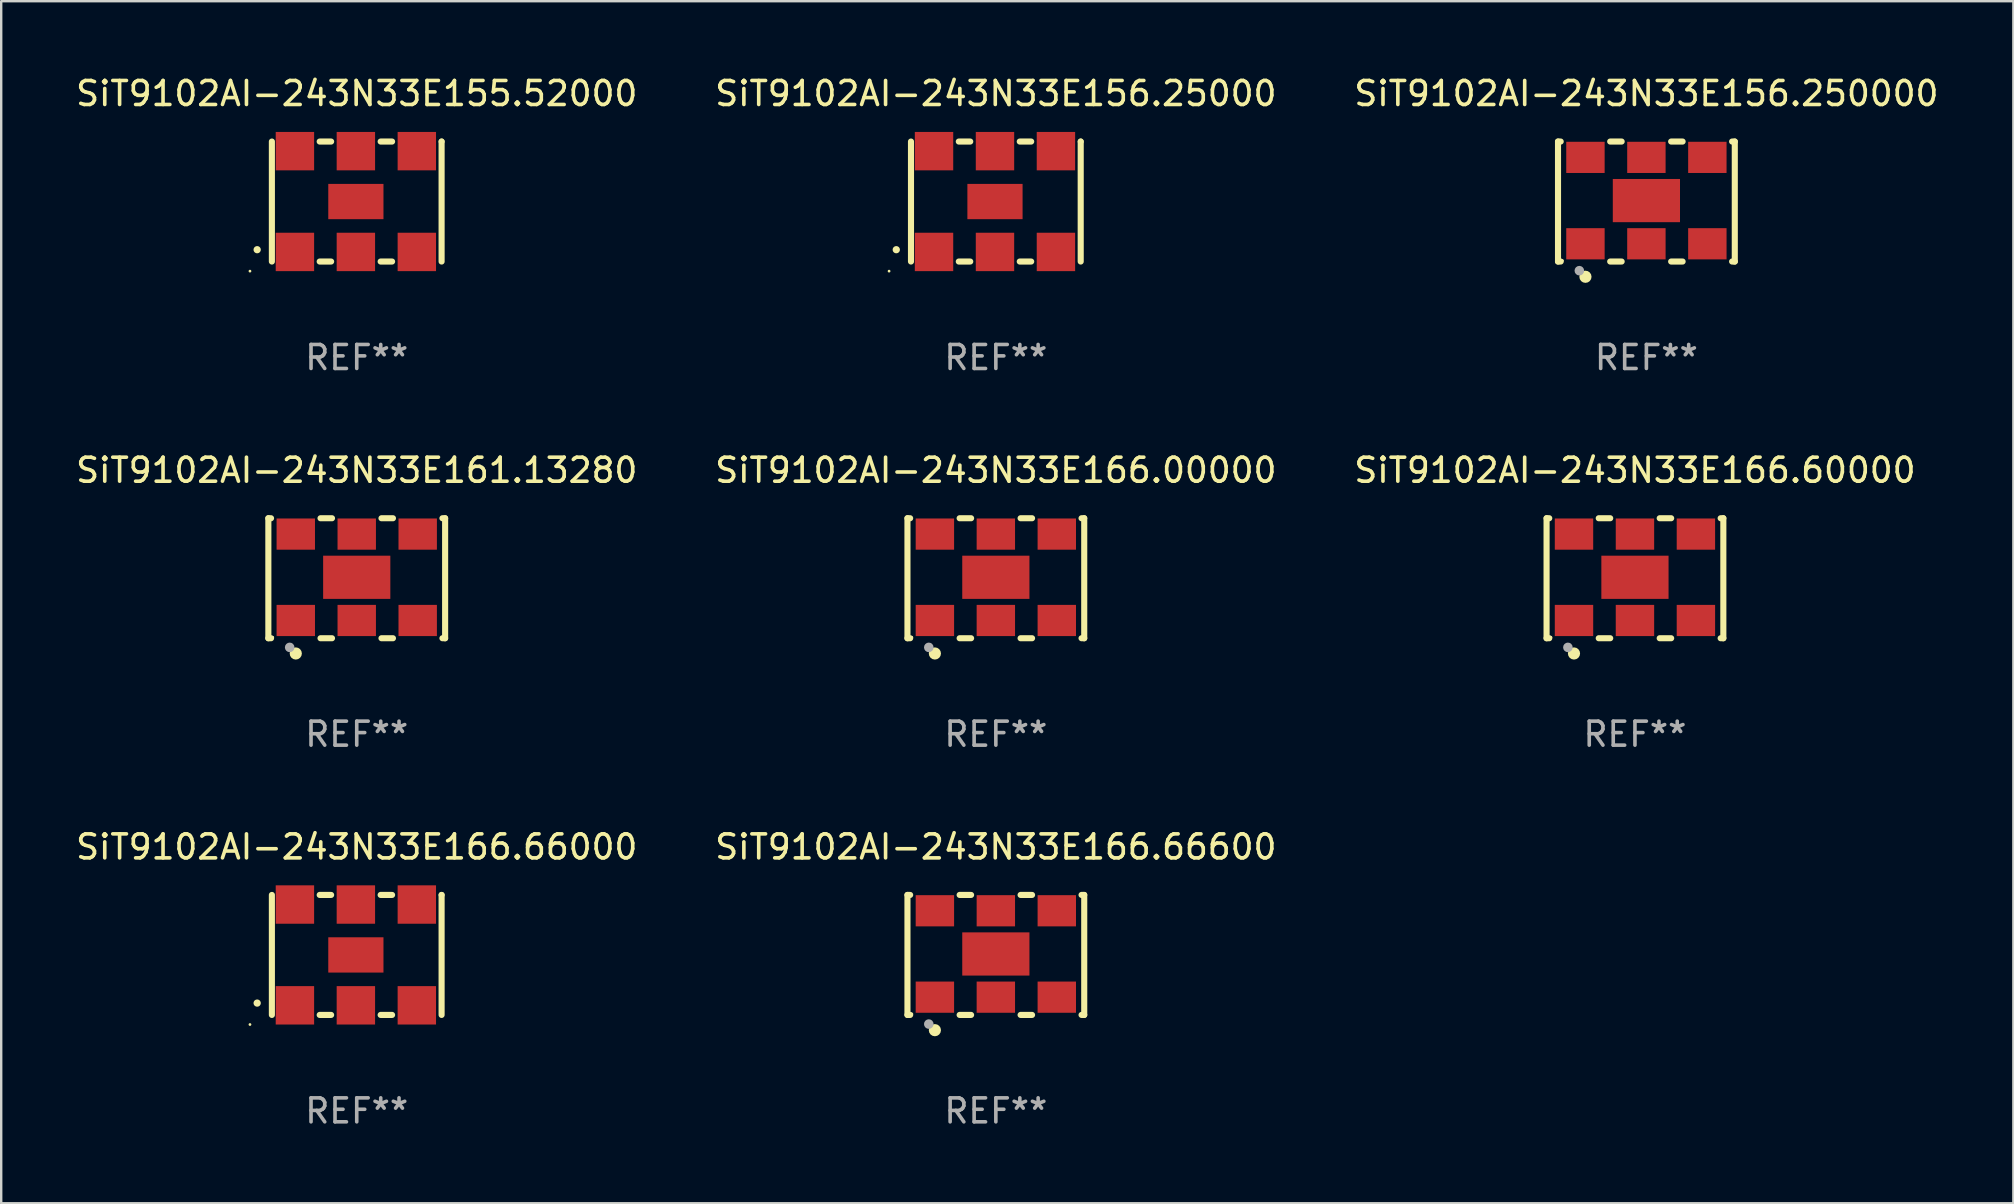
<source format=kicad_pcb>
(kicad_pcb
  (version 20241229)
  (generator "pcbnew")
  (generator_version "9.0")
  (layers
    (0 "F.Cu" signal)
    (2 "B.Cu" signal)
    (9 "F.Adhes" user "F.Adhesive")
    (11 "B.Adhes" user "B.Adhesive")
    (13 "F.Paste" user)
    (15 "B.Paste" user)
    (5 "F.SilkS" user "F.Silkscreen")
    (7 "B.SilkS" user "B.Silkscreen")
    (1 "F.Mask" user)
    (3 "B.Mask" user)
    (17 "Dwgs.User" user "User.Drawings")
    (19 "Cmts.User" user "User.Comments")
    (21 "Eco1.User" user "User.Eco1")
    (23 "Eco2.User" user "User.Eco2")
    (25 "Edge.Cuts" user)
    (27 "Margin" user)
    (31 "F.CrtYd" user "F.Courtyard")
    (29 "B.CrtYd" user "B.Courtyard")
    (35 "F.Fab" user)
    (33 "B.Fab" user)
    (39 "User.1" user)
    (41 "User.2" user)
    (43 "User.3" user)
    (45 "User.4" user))
  (footprint "SiT9102AI-243N33E166.66000"
    (layer "F.Cu")
    (at 11.815 36.741)
    (property "Reference" "SiT9102AI-243N33E166.66000" (at 0 -4.5 0) (layer "F.SilkS") (effects (font (size 1 1) (thickness 0.15))))
    (attr through_hole)
    (fp_line (start -3.536 -2.5) (end -3.536 2.5) (stroke (width 0.254) (type solid)) (layer "F.SilkS"))
    (fp_line (start -1.544 2.5) (end -1.067 2.5) (stroke (width 0.254) (type solid)) (layer "F.SilkS"))
    (fp_line (start -1.067 -2.5) (end -1.544 -2.5) (stroke (width 0.254) (type solid)) (layer "F.SilkS"))
    (fp_line (start 0.996 2.5) (end 1.473 2.5) (stroke (width 0.254) (type solid)) (layer "F.SilkS"))
    (fp_line (start 1.473 -2.5) (end 0.996 -2.5) (stroke (width 0.254) (type solid)) (layer "F.SilkS"))
    (fp_line (start 3.536 -2.5) (end 3.536 -2.5) (stroke (width 0.254) (type solid)) (layer "F.SilkS"))
    (fp_line (start 3.536 2.5) (end 3.536 -2.5) (stroke (width 0.254) (type solid)) (layer "F.SilkS"))
    (fp_arc (start -4.150432 2.006604) (mid -4.149162 2.006599) (end -4.147892 2.006604) (stroke (width 0.3) (type solid)) (layer "F.SilkS"))
    (fp_circle (center -4.449 2.9) (end -4.419 2.9) (stroke (width 0.06) (type solid)) (fill no) (layer "F.SilkS"))
    (fp_text user "REF**" (at 0 6.5 0) (layer "F.Fab") (effects (font (size 1 1) (thickness 0.15))))
    (pad "1" smd rect (at -2.576 2.1) (size 1.6 1.6) (layers "F.Cu" "F.Mask" "F.Paste"))
    (pad "2" smd rect (at -0.036 2.1) (size 1.6 1.6) (layers "F.Cu" "F.Mask" "F.Paste"))
    (pad "3" smd rect (at 2.504 2.1) (size 1.6 1.6) (layers "F.Cu" "F.Mask" "F.Paste"))
    (pad "4" smd rect (at 2.504 -2.1) (size 1.6 1.6) (layers "F.Cu" "F.Mask" "F.Paste"))
    (pad "5" smd rect (at -0.036 -2.1) (size 1.6 1.6) (layers "F.Cu" "F.Mask" "F.Paste"))
    (pad "6" smd rect (at -2.576 -2.1) (size 1.6 1.6) (layers "F.Cu" "F.Mask" "F.Paste"))
    (pad "7" smd rect (at -0.036 0) (size 2.3 1.47) (layers "F.Cu" "F.Mask" "F.Paste")))
  (footprint "SiT9102AI-243N33E155.52000"
    (layer "F.Cu")
    (at 11.815 5.348)
    (property "Reference" "SiT9102AI-243N33E155.52000" (at 0 -4.5 0) (layer "F.SilkS") (effects (font (size 1 1) (thickness 0.15))))
    (attr through_hole)
    (fp_line (start -3.536 -2.5) (end -3.536 2.5) (stroke (width 0.254) (type solid)) (layer "F.SilkS"))
    (fp_line (start -1.544 2.5) (end -1.067 2.5) (stroke (width 0.254) (type solid)) (layer "F.SilkS"))
    (fp_line (start -1.067 -2.5) (end -1.544 -2.5) (stroke (width 0.254) (type solid)) (layer "F.SilkS"))
    (fp_line (start 0.996 2.5) (end 1.473 2.5) (stroke (width 0.254) (type solid)) (layer "F.SilkS"))
    (fp_line (start 1.473 -2.5) (end 0.996 -2.5) (stroke (width 0.254) (type solid)) (layer "F.SilkS"))
    (fp_line (start 3.536 -2.5) (end 3.536 -2.5) (stroke (width 0.254) (type solid)) (layer "F.SilkS"))
    (fp_line (start 3.536 2.5) (end 3.536 -2.5) (stroke (width 0.254) (type solid)) (layer "F.SilkS"))
    (fp_arc (start -4.150432 2.006604) (mid -4.149162 2.006599) (end -4.147892 2.006604) (stroke (width 0.3) (type solid)) (layer "F.SilkS"))
    (fp_circle (center -4.449 2.9) (end -4.419 2.9) (stroke (width 0.06) (type solid)) (fill no) (layer "F.SilkS"))
    (fp_text user "REF**" (at 0 6.5 0) (layer "F.Fab") (effects (font (size 1 1) (thickness 0.15))))
    (pad "1" smd rect (at -2.576 2.1) (size 1.6 1.6) (layers "F.Cu" "F.Mask" "F.Paste"))
    (pad "2" smd rect (at -0.036 2.1) (size 1.6 1.6) (layers "F.Cu" "F.Mask" "F.Paste"))
    (pad "3" smd rect (at 2.504 2.1) (size 1.6 1.6) (layers "F.Cu" "F.Mask" "F.Paste"))
    (pad "4" smd rect (at 2.504 -2.1) (size 1.6 1.6) (layers "F.Cu" "F.Mask" "F.Paste"))
    (pad "5" smd rect (at -0.036 -2.1) (size 1.6 1.6) (layers "F.Cu" "F.Mask" "F.Paste"))
    (pad "6" smd rect (at -2.576 -2.1) (size 1.6 1.6) (layers "F.Cu" "F.Mask" "F.Paste"))
    (pad "7" smd rect (at -0.036 0) (size 2.3 1.47) (layers "F.Cu" "F.Mask" "F.Paste")))
  (footprint "SiT9102AI-243N33E166.00000"
    (layer "F.Cu")
    (at 38.446 21.045)
    (property "Reference" "SiT9102AI-243N33E166.00000" (at 0 -4.5 0) (layer "F.SilkS") (effects (font (size 1 1) (thickness 0.15))))
    (attr through_hole)
    (fp_line (start -3.683 -2.5) (end -3.571 -2.5) (stroke (width 0.254) (type solid)) (layer "F.SilkS"))
    (fp_line (start -3.683 2.5) (end -3.683 -2.5) (stroke (width 0.254) (type solid)) (layer "F.SilkS"))
    (fp_line (start -3.683 2.5) (end -3.571 2.5) (stroke (width 0.254) (type solid)) (layer "F.SilkS"))
    (fp_line (start -1.509 -2.5) (end -1.031 -2.5) (stroke (width 0.254) (type solid)) (layer "F.SilkS"))
    (fp_line (start -1.509 2.5) (end -1.031 2.5) (stroke (width 0.254) (type solid)) (layer "F.SilkS"))
    (fp_line (start 1.031 -2.5) (end 1.509 -2.5) (stroke (width 0.254) (type solid)) (layer "F.SilkS"))
    (fp_line (start 1.031 2.5) (end 1.509 2.5) (stroke (width 0.254) (type solid)) (layer "F.SilkS"))
    (fp_line (start 3.571 -2.5) (end 3.683 -2.5) (stroke (width 0.254) (type solid)) (layer "F.SilkS"))
    (fp_line (start 3.571 2.5) (end 3.683 2.5) (stroke (width 0.254) (type solid)) (layer "F.SilkS"))
    (fp_line (start 3.683 2.5) (end 3.683 -2.5) (stroke (width 0.254) (type solid)) (layer "F.SilkS"))
    (fp_circle (center -3.5 2.46) (end -3.47 2.46) (stroke (width 0.06) (type solid)) (fill no) (layer "F.SilkS"))
    (fp_circle (center -2.54 3.135) (end -2.413 3.135) (stroke (width 0.254) (type solid)) (fill no) (layer "F.SilkS"))
    (fp_circle (center -2.794 2.881) (end -2.694 2.881) (stroke (width 0.2) (type solid)) (fill no) (layer "F.Fab"))
    (fp_text user "REF**" (at 0 6.5 0) (layer "F.Fab") (effects (font (size 1 1) (thickness 0.15))))
    (pad "1" smd rect (at -2.54 1.76) (size 1.6 1.3) (layers "F.Cu" "F.Mask" "F.Paste"))
    (pad "2" smd rect (at 0 1.76) (size 1.6 1.3) (layers "F.Cu" "F.Mask" "F.Paste"))
    (pad "3" smd rect (at 2.54 1.76) (size 1.6 1.3) (layers "F.Cu" "F.Mask" "F.Paste"))
    (pad "4" smd rect (at 2.54 -1.84) (size 1.6 1.3) (layers "F.Cu" "F.Mask" "F.Paste"))
    (pad "5" smd rect (at 0 -1.84) (size 1.6 1.3) (layers "F.Cu" "F.Mask" "F.Paste"))
    (pad "6" smd rect (at -2.54 -1.84) (size 1.6 1.3) (layers "F.Cu" "F.Mask" "F.Paste"))
    (pad "7" smd rect (at 0 -0.04) (size 2.8 1.8) (layers "F.Cu" "F.Mask" "F.Paste")))
  (footprint "SiT9102AI-243N33E156.25000"
    (layer "F.Cu")
    (at 38.446 5.348)
    (property "Reference" "SiT9102AI-243N33E156.25000" (at 0 -4.5 0) (layer "F.SilkS") (effects (font (size 1 1) (thickness 0.15))))
    (attr through_hole)
    (fp_line (start -3.536 -2.5) (end -3.536 2.5) (stroke (width 0.254) (type solid)) (layer "F.SilkS"))
    (fp_line (start -1.544 2.5) (end -1.067 2.5) (stroke (width 0.254) (type solid)) (layer "F.SilkS"))
    (fp_line (start -1.067 -2.5) (end -1.544 -2.5) (stroke (width 0.254) (type solid)) (layer "F.SilkS"))
    (fp_line (start 0.996 2.5) (end 1.473 2.5) (stroke (width 0.254) (type solid)) (layer "F.SilkS"))
    (fp_line (start 1.473 -2.5) (end 0.996 -2.5) (stroke (width 0.254) (type solid)) (layer "F.SilkS"))
    (fp_line (start 3.536 -2.5) (end 3.536 -2.5) (stroke (width 0.254) (type solid)) (layer "F.SilkS"))
    (fp_line (start 3.536 2.5) (end 3.536 -2.5) (stroke (width 0.254) (type solid)) (layer "F.SilkS"))
    (fp_arc (start -4.150432 2.006604) (mid -4.149162 2.006599) (end -4.147892 2.006604) (stroke (width 0.3) (type solid)) (layer "F.SilkS"))
    (fp_circle (center -4.449 2.9) (end -4.419 2.9) (stroke (width 0.06) (type solid)) (fill no) (layer "F.SilkS"))
    (fp_text user "REF**" (at 0 6.5 0) (layer "F.Fab") (effects (font (size 1 1) (thickness 0.15))))
    (pad "1" smd rect (at -2.576 2.1) (size 1.6 1.6) (layers "F.Cu" "F.Mask" "F.Paste"))
    (pad "2" smd rect (at -0.036 2.1) (size 1.6 1.6) (layers "F.Cu" "F.Mask" "F.Paste"))
    (pad "3" smd rect (at 2.504 2.1) (size 1.6 1.6) (layers "F.Cu" "F.Mask" "F.Paste"))
    (pad "4" smd rect (at 2.504 -2.1) (size 1.6 1.6) (layers "F.Cu" "F.Mask" "F.Paste"))
    (pad "5" smd rect (at -0.036 -2.1) (size 1.6 1.6) (layers "F.Cu" "F.Mask" "F.Paste"))
    (pad "6" smd rect (at -2.576 -2.1) (size 1.6 1.6) (layers "F.Cu" "F.Mask" "F.Paste"))
    (pad "7" smd rect (at -0.036 0) (size 2.3 1.47) (layers "F.Cu" "F.Mask" "F.Paste")))
  (footprint "SiT9102AI-243N33E161.13280"
    (layer "F.Cu")
    (at 11.815 21.045)
    (property "Reference" "SiT9102AI-243N33E161.13280" (at 0 -4.5 0) (layer "F.SilkS") (effects (font (size 1 1) (thickness 0.15))))
    (attr through_hole)
    (fp_line (start -3.683 -2.5) (end -3.571 -2.5) (stroke (width 0.254) (type solid)) (layer "F.SilkS"))
    (fp_line (start -3.683 2.5) (end -3.683 -2.5) (stroke (width 0.254) (type solid)) (layer "F.SilkS"))
    (fp_line (start -3.683 2.5) (end -3.571 2.5) (stroke (width 0.254) (type solid)) (layer "F.SilkS"))
    (fp_line (start -1.509 -2.5) (end -1.031 -2.5) (stroke (width 0.254) (type solid)) (layer "F.SilkS"))
    (fp_line (start -1.509 2.5) (end -1.031 2.5) (stroke (width 0.254) (type solid)) (layer "F.SilkS"))
    (fp_line (start 1.031 -2.5) (end 1.509 -2.5) (stroke (width 0.254) (type solid)) (layer "F.SilkS"))
    (fp_line (start 1.031 2.5) (end 1.509 2.5) (stroke (width 0.254) (type solid)) (layer "F.SilkS"))
    (fp_line (start 3.571 -2.5) (end 3.683 -2.5) (stroke (width 0.254) (type solid)) (layer "F.SilkS"))
    (fp_line (start 3.571 2.5) (end 3.683 2.5) (stroke (width 0.254) (type solid)) (layer "F.SilkS"))
    (fp_line (start 3.683 2.5) (end 3.683 -2.5) (stroke (width 0.254) (type solid)) (layer "F.SilkS"))
    (fp_circle (center -3.5 2.46) (end -3.47 2.46) (stroke (width 0.06) (type solid)) (fill no) (layer "F.SilkS"))
    (fp_circle (center -2.54 3.135) (end -2.413 3.135) (stroke (width 0.254) (type solid)) (fill no) (layer "F.SilkS"))
    (fp_circle (center -2.794 2.881) (end -2.694 2.881) (stroke (width 0.2) (type solid)) (fill no) (layer "F.Fab"))
    (fp_text user "REF**" (at 0 6.5 0) (layer "F.Fab") (effects (font (size 1 1) (thickness 0.15))))
    (pad "1" smd rect (at -2.54 1.76) (size 1.6 1.3) (layers "F.Cu" "F.Mask" "F.Paste"))
    (pad "2" smd rect (at 0 1.76) (size 1.6 1.3) (layers "F.Cu" "F.Mask" "F.Paste"))
    (pad "3" smd rect (at 2.54 1.76) (size 1.6 1.3) (layers "F.Cu" "F.Mask" "F.Paste"))
    (pad "4" smd rect (at 2.54 -1.84) (size 1.6 1.3) (layers "F.Cu" "F.Mask" "F.Paste"))
    (pad "5" smd rect (at 0 -1.84) (size 1.6 1.3) (layers "F.Cu" "F.Mask" "F.Paste"))
    (pad "6" smd rect (at -2.54 -1.84) (size 1.6 1.3) (layers "F.Cu" "F.Mask" "F.Paste"))
    (pad "7" smd rect (at 0 -0.04) (size 2.8 1.8) (layers "F.Cu" "F.Mask" "F.Paste")))
  (footprint "SiT9102AI-243N33E166.60000"
    (layer "F.Cu")
    (at 65.077 21.045)
    (property "Reference" "SiT9102AI-243N33E166.60000" (at 0 -4.5 0) (layer "F.SilkS") (effects (font (size 1 1) (thickness 0.15))))
    (attr through_hole)
    (fp_line (start -3.683 -2.5) (end -3.571 -2.5) (stroke (width 0.254) (type solid)) (layer "F.SilkS"))
    (fp_line (start -3.683 2.5) (end -3.683 -2.5) (stroke (width 0.254) (type solid)) (layer "F.SilkS"))
    (fp_line (start -3.683 2.5) (end -3.571 2.5) (stroke (width 0.254) (type solid)) (layer "F.SilkS"))
    (fp_line (start -1.509 -2.5) (end -1.031 -2.5) (stroke (width 0.254) (type solid)) (layer "F.SilkS"))
    (fp_line (start -1.509 2.5) (end -1.031 2.5) (stroke (width 0.254) (type solid)) (layer "F.SilkS"))
    (fp_line (start 1.031 -2.5) (end 1.509 -2.5) (stroke (width 0.254) (type solid)) (layer "F.SilkS"))
    (fp_line (start 1.031 2.5) (end 1.509 2.5) (stroke (width 0.254) (type solid)) (layer "F.SilkS"))
    (fp_line (start 3.571 -2.5) (end 3.683 -2.5) (stroke (width 0.254) (type solid)) (layer "F.SilkS"))
    (fp_line (start 3.571 2.5) (end 3.683 2.5) (stroke (width 0.254) (type solid)) (layer "F.SilkS"))
    (fp_line (start 3.683 2.5) (end 3.683 -2.5) (stroke (width 0.254) (type solid)) (layer "F.SilkS"))
    (fp_circle (center -3.5 2.46) (end -3.47 2.46) (stroke (width 0.06) (type solid)) (fill no) (layer "F.SilkS"))
    (fp_circle (center -2.54 3.135) (end -2.413 3.135) (stroke (width 0.254) (type solid)) (fill no) (layer "F.SilkS"))
    (fp_circle (center -2.794 2.881) (end -2.694 2.881) (stroke (width 0.2) (type solid)) (fill no) (layer "F.Fab"))
    (fp_text user "REF**" (at 0 6.5 0) (layer "F.Fab") (effects (font (size 1 1) (thickness 0.15))))
    (pad "1" smd rect (at -2.54 1.76) (size 1.6 1.3) (layers "F.Cu" "F.Mask" "F.Paste"))
    (pad "2" smd rect (at 0 1.76) (size 1.6 1.3) (layers "F.Cu" "F.Mask" "F.Paste"))
    (pad "3" smd rect (at 2.54 1.76) (size 1.6 1.3) (layers "F.Cu" "F.Mask" "F.Paste"))
    (pad "4" smd rect (at 2.54 -1.84) (size 1.6 1.3) (layers "F.Cu" "F.Mask" "F.Paste"))
    (pad "5" smd rect (at 0 -1.84) (size 1.6 1.3) (layers "F.Cu" "F.Mask" "F.Paste"))
    (pad "6" smd rect (at -2.54 -1.84) (size 1.6 1.3) (layers "F.Cu" "F.Mask" "F.Paste"))
    (pad "7" smd rect (at 0 -0.04) (size 2.8 1.8) (layers "F.Cu" "F.Mask" "F.Paste")))
  (footprint "SiT9102AI-243N33E156.250000"
    (layer "F.Cu")
    (at 65.554 5.348)
    (property "Reference" "SiT9102AI-243N33E156.250000" (at 0 -4.5 0) (layer "F.SilkS") (effects (font (size 1 1) (thickness 0.15))))
    (attr through_hole)
    (fp_line (start -3.683 -2.5) (end -3.571 -2.5) (stroke (width 0.254) (type solid)) (layer "F.SilkS"))
    (fp_line (start -3.683 2.5) (end -3.683 -2.5) (stroke (width 0.254) (type solid)) (layer "F.SilkS"))
    (fp_line (start -3.683 2.5) (end -3.571 2.5) (stroke (width 0.254) (type solid)) (layer "F.SilkS"))
    (fp_line (start -1.509 -2.5) (end -1.031 -2.5) (stroke (width 0.254) (type solid)) (layer "F.SilkS"))
    (fp_line (start -1.509 2.5) (end -1.031 2.5) (stroke (width 0.254) (type solid)) (layer "F.SilkS"))
    (fp_line (start 1.031 -2.5) (end 1.509 -2.5) (stroke (width 0.254) (type solid)) (layer "F.SilkS"))
    (fp_line (start 1.031 2.5) (end 1.509 2.5) (stroke (width 0.254) (type solid)) (layer "F.SilkS"))
    (fp_line (start 3.571 -2.5) (end 3.683 -2.5) (stroke (width 0.254) (type solid)) (layer "F.SilkS"))
    (fp_line (start 3.571 2.5) (end 3.683 2.5) (stroke (width 0.254) (type solid)) (layer "F.SilkS"))
    (fp_line (start 3.683 2.5) (end 3.683 -2.5) (stroke (width 0.254) (type solid)) (layer "F.SilkS"))
    (fp_circle (center -3.5 2.46) (end -3.47 2.46) (stroke (width 0.06) (type solid)) (fill no) (layer "F.SilkS"))
    (fp_circle (center -2.54 3.135) (end -2.413 3.135) (stroke (width 0.254) (type solid)) (fill no) (layer "F.SilkS"))
    (fp_circle (center -2.794 2.881) (end -2.694 2.881) (stroke (width 0.2) (type solid)) (fill no) (layer "F.Fab"))
    (fp_text user "REF**" (at 0 6.5 0) (layer "F.Fab") (effects (font (size 1 1) (thickness 0.15))))
    (pad "1" smd rect (at -2.54 1.76) (size 1.6 1.3) (layers "F.Cu" "F.Mask" "F.Paste"))
    (pad "2" smd rect (at 0 1.76) (size 1.6 1.3) (layers "F.Cu" "F.Mask" "F.Paste"))
    (pad "3" smd rect (at 2.54 1.76) (size 1.6 1.3) (layers "F.Cu" "F.Mask" "F.Paste"))
    (pad "4" smd rect (at 2.54 -1.84) (size 1.6 1.3) (layers "F.Cu" "F.Mask" "F.Paste"))
    (pad "5" smd rect (at 0 -1.84) (size 1.6 1.3) (layers "F.Cu" "F.Mask" "F.Paste"))
    (pad "6" smd rect (at -2.54 -1.84) (size 1.6 1.3) (layers "F.Cu" "F.Mask" "F.Paste"))
    (pad "7" smd rect (at 0 -0.04) (size 2.8 1.8) (layers "F.Cu" "F.Mask" "F.Paste")))
  (footprint "SiT9102AI-243N33E166.66600"
    (layer "F.Cu")
    (at 38.446 36.741)
    (property "Reference" "SiT9102AI-243N33E166.66600" (at 0 -4.5 0) (layer "F.SilkS") (effects (font (size 1 1) (thickness 0.15))))
    (attr through_hole)
    (fp_line (start -3.683 -2.5) (end -3.571 -2.5) (stroke (width 0.254) (type solid)) (layer "F.SilkS"))
    (fp_line (start -3.683 2.5) (end -3.683 -2.5) (stroke (width 0.254) (type solid)) (layer "F.SilkS"))
    (fp_line (start -3.683 2.5) (end -3.571 2.5) (stroke (width 0.254) (type solid)) (layer "F.SilkS"))
    (fp_line (start -1.509 -2.5) (end -1.031 -2.5) (stroke (width 0.254) (type solid)) (layer "F.SilkS"))
    (fp_line (start -1.509 2.5) (end -1.031 2.5) (stroke (width 0.254) (type solid)) (layer "F.SilkS"))
    (fp_line (start 1.031 -2.5) (end 1.509 -2.5) (stroke (width 0.254) (type solid)) (layer "F.SilkS"))
    (fp_line (start 1.031 2.5) (end 1.509 2.5) (stroke (width 0.254) (type solid)) (layer "F.SilkS"))
    (fp_line (start 3.571 -2.5) (end 3.683 -2.5) (stroke (width 0.254) (type solid)) (layer "F.SilkS"))
    (fp_line (start 3.571 2.5) (end 3.683 2.5) (stroke (width 0.254) (type solid)) (layer "F.SilkS"))
    (fp_line (start 3.683 2.5) (end 3.683 -2.5) (stroke (width 0.254) (type solid)) (layer "F.SilkS"))
    (fp_circle (center -3.5 2.46) (end -3.47 2.46) (stroke (width 0.06) (type solid)) (fill no) (layer "F.SilkS"))
    (fp_circle (center -2.54 3.135) (end -2.413 3.135) (stroke (width 0.254) (type solid)) (fill no) (layer "F.SilkS"))
    (fp_circle (center -2.794 2.881) (end -2.694 2.881) (stroke (width 0.2) (type solid)) (fill no) (layer "F.Fab"))
    (fp_text user "REF**" (at 0 6.5 0) (layer "F.Fab") (effects (font (size 1 1) (thickness 0.15))))
    (pad "1" smd rect (at -2.54 1.76) (size 1.6 1.3) (layers "F.Cu" "F.Mask" "F.Paste"))
    (pad "2" smd rect (at 0 1.76) (size 1.6 1.3) (layers "F.Cu" "F.Mask" "F.Paste"))
    (pad "3" smd rect (at 2.54 1.76) (size 1.6 1.3) (layers "F.Cu" "F.Mask" "F.Paste"))
    (pad "4" smd rect (at 2.54 -1.84) (size 1.6 1.3) (layers "F.Cu" "F.Mask" "F.Paste"))
    (pad "5" smd rect (at 0 -1.84) (size 1.6 1.3) (layers "F.Cu" "F.Mask" "F.Paste"))
    (pad "6" smd rect (at -2.54 -1.84) (size 1.6 1.3) (layers "F.Cu" "F.Mask" "F.Paste"))
    (pad "7" smd rect (at 0 -0.04) (size 2.8 1.8) (layers "F.Cu" "F.Mask" "F.Paste")))
  (gr_rect
    (start -3 -3)
    (end 80.845 47.09)
    (stroke (width 0.1) (type default))
    (fill no)
    (layer "Edge.Cuts")))
</source>
